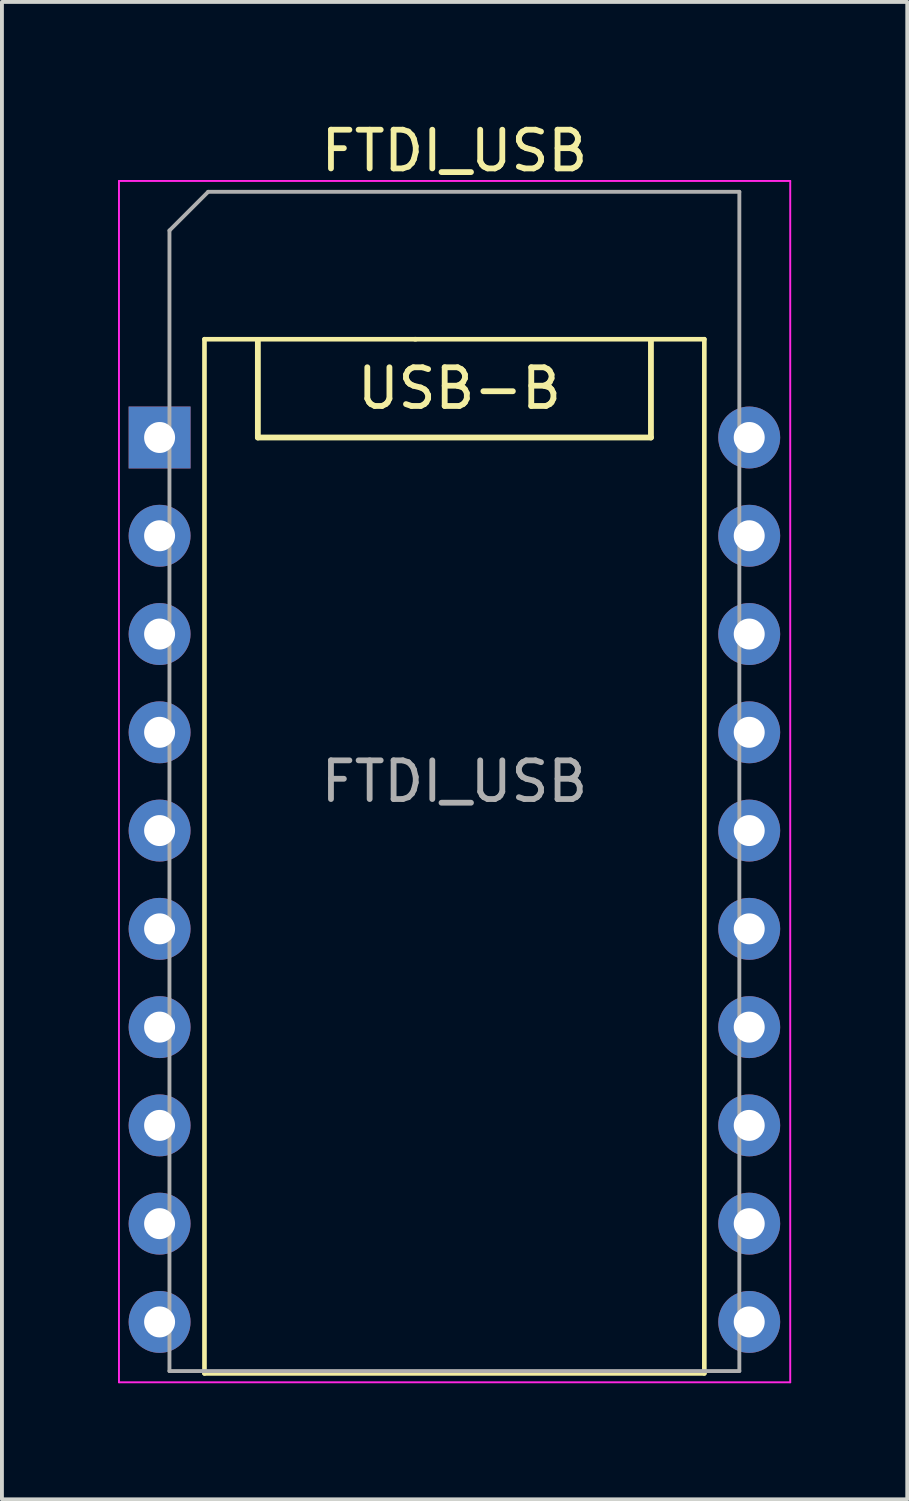
<source format=kicad_pcb>
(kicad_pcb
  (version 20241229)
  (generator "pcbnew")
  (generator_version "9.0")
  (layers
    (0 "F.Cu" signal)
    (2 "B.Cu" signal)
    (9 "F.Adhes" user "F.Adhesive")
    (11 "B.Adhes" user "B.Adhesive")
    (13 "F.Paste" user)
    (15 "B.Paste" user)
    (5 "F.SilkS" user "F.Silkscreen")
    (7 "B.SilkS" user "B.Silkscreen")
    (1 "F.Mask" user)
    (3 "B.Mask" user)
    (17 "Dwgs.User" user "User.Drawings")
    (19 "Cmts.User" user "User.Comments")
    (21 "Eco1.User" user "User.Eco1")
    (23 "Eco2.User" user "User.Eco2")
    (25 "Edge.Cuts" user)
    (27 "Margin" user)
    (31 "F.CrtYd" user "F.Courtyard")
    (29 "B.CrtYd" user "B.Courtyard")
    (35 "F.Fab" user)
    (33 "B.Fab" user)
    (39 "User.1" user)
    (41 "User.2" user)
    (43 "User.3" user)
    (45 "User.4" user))
  (footprint "FTDI_USB"
    (layer "F.Cu")
    (at 1.075 8.258)
    (property "Reference" "FTDI_USB" (at 7.62 -7.41 0) (layer "F.SilkS") (effects (font (size 1 1) (thickness 0.15))))
    (attr through_hole)
    (fp_line (start 1.16 -2.54) (end 1.16 24.19) (stroke (width 0.12) (type solid)) (layer "F.SilkS"))
    (fp_line (start 1.16 24.19) (end 14.08 24.19) (stroke (width 0.12) (type solid)) (layer "F.SilkS"))
    (fp_line (start 2.54 -2.5) (end 2.54 0) (stroke (width 0.15) (type solid)) (layer "F.SilkS"))
    (fp_line (start 2.54 0) (end 12.7 0) (stroke (width 0.15) (type solid)) (layer "F.SilkS"))
    (fp_line (start 6.62 -2.54) (end 1.16 -2.54) (stroke (width 0.12) (type solid)) (layer "F.SilkS"))
    (fp_line (start 12.7 0) (end 12.7 -2.5) (stroke (width 0.15) (type solid)) (layer "F.SilkS"))
    (fp_line (start 14.08 -2.54) (end 6.6 -2.54) (stroke (width 0.12) (type solid)) (layer "F.SilkS"))
    (fp_line (start 14.08 24.19) (end 14.08 -2.54) (stroke (width 0.12) (type solid)) (layer "F.SilkS"))
    (fp_line (start -1.05 -6.63) (end -1.05 24.42) (stroke (width 0.05) (type solid)) (layer "F.CrtYd"))
    (fp_line (start -1.05 24.42) (end 16.3 24.42) (stroke (width 0.05) (type solid)) (layer "F.CrtYd"))
    (fp_line (start 16.3 -6.63) (end -1.05 -6.63) (stroke (width 0.05) (type solid)) (layer "F.CrtYd"))
    (fp_line (start 16.3 24.42) (end 16.3 -6.63) (stroke (width 0.05) (type solid)) (layer "F.CrtYd"))
    (fp_line (start 0.255 -5.35) (end 1.255 -6.35) (stroke (width 0.1) (type solid)) (layer "F.Fab"))
    (fp_line (start 0.255 24.13) (end 0.255 -5.35) (stroke (width 0.1) (type solid)) (layer "F.Fab"))
    (fp_line (start 1.255 -6.35) (end 14.985 -6.35) (stroke (width 0.1) (type solid)) (layer "F.Fab"))
    (fp_line (start 14.985 -6.35) (end 14.985 24.13) (stroke (width 0.1) (type solid)) (layer "F.Fab"))
    (fp_line (start 14.985 24.13) (end 0.255 24.13) (stroke (width 0.1) (type solid)) (layer "F.Fab"))
    (fp_text user "USB-B" (at 7.75 -1.27 0) (layer "F.SilkS") (effects (font (size 1 1) (thickness 0.15))))
    (fp_text user "${REFERENCE}" (at 7.62 8.89 0) (layer "F.Fab") (effects (font (size 1 1) (thickness 0.15))))
    (pad "1" thru_hole rect (at 0 0) (size 1.6 1.6) (drill 0.8) (layers "*.Cu" "*.Mask"))
    (pad "2" thru_hole oval (at 0 2.54) (size 1.6 1.6) (drill 0.8) (layers "*.Cu" "*.Mask"))
    (pad "3" thru_hole oval (at 0 5.08) (size 1.6 1.6) (drill 0.8) (layers "*.Cu" "*.Mask"))
    (pad "4" thru_hole oval (at 0 7.62) (size 1.6 1.6) (drill 0.8) (layers "*.Cu" "*.Mask"))
    (pad "5" thru_hole oval (at 0 10.16) (size 1.6 1.6) (drill 0.8) (layers "*.Cu" "*.Mask"))
    (pad "6" thru_hole oval (at 0 12.7) (size 1.6 1.6) (drill 0.8) (layers "*.Cu" "*.Mask"))
    (pad "7" thru_hole oval (at 0 15.24) (size 1.6 1.6) (drill 0.8) (layers "*.Cu" "*.Mask"))
    (pad "8" thru_hole oval (at 0 17.78) (size 1.6 1.6) (drill 0.8) (layers "*.Cu" "*.Mask"))
    (pad "9" thru_hole oval (at 0 20.32) (size 1.6 1.6) (drill 0.8) (layers "*.Cu" "*.Mask"))
    (pad "10" thru_hole oval (at 0 22.86) (size 1.6 1.6) (drill 0.8) (layers "*.Cu" "*.Mask"))
    (pad "11" thru_hole oval (at 15.24 22.86) (size 1.6 1.6) (drill 0.8) (layers "*.Cu" "*.Mask"))
    (pad "12" thru_hole oval (at 15.24 20.32) (size 1.6 1.6) (drill 0.8) (layers "*.Cu" "*.Mask"))
    (pad "13" thru_hole oval (at 15.24 17.78) (size 1.6 1.6) (drill 0.8) (layers "*.Cu" "*.Mask"))
    (pad "14" thru_hole oval (at 15.24 15.24) (size 1.6 1.6) (drill 0.8) (layers "*.Cu" "*.Mask"))
    (pad "15" thru_hole oval (at 15.24 12.7) (size 1.6 1.6) (drill 0.8) (layers "*.Cu" "*.Mask"))
    (pad "16" thru_hole oval (at 15.24 10.16) (size 1.6 1.6) (drill 0.8) (layers "*.Cu" "*.Mask"))
    (pad "17" thru_hole oval (at 15.24 7.62) (size 1.6 1.6) (drill 0.8) (layers "*.Cu" "*.Mask"))
    (pad "18" thru_hole oval (at 15.24 5.08) (size 1.6 1.6) (drill 0.8) (layers "*.Cu" "*.Mask"))
    (pad "19" thru_hole oval (at 15.24 2.54) (size 1.6 1.6) (drill 0.8) (layers "*.Cu" "*.Mask"))
    (pad "20" thru_hole oval (at 15.24 0) (size 1.6 1.6) (drill 0.8) (layers "*.Cu" "*.Mask")))
  (gr_rect
    (start -3 -3)
    (end 20.4 35.703)
    (stroke (width 0.1) (type default))
    (fill no)
    (layer "Edge.Cuts")))
</source>
